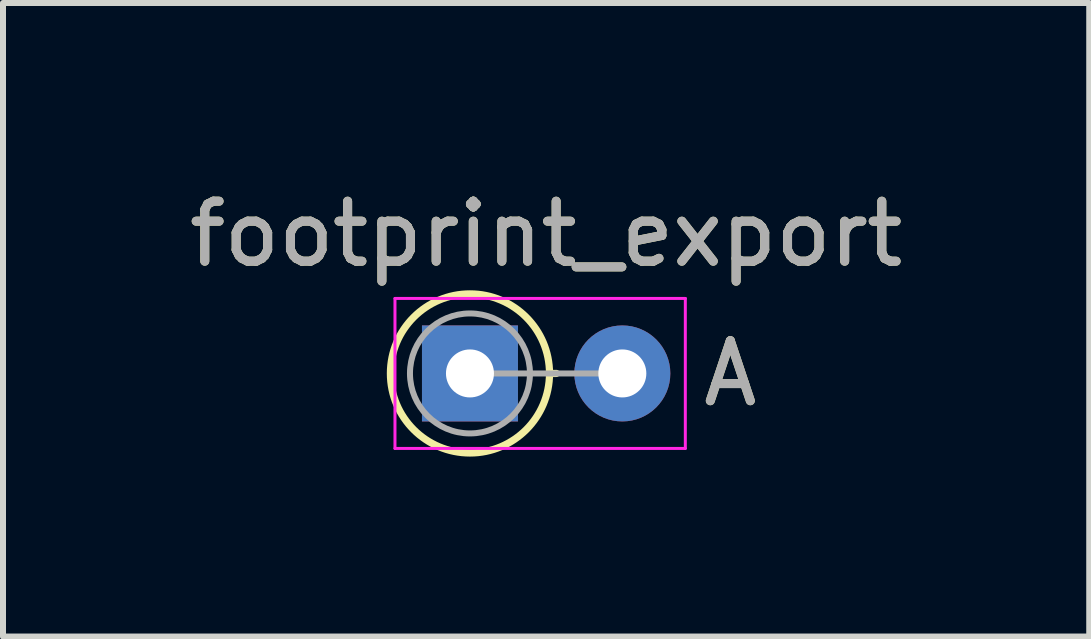
<source format=kicad_pcb>
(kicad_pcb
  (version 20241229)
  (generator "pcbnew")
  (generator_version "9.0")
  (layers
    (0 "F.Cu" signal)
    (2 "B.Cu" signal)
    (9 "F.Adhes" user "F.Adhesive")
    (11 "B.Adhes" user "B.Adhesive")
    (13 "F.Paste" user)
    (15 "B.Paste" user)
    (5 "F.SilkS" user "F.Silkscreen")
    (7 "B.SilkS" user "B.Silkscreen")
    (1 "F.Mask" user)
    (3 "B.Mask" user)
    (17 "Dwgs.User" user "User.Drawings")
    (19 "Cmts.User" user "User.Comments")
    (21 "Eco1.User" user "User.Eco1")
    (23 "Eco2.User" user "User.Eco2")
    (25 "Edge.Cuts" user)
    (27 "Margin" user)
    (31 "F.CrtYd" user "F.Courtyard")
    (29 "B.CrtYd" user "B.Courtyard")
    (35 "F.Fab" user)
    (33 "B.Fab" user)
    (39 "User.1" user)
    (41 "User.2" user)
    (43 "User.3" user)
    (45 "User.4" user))
  (footprint "footprint_export"
    (layer "F.Cu")
    (at 4.784 3.175)
    (property "Reference" "footprint_export" (at 1.27 -2.326 0) (layer "F.SilkS") (effects (font (size 1 1) (thickness 0.15))))
    (attr through_hole)
    (fp_line (start 1.326 0) (end 1.44 0) (stroke (width 0.12) (type solid)) (layer "F.SilkS"))
    (fp_circle (center 0 0) (end 1.326 0) (stroke (width 0.12) (type solid)) (fill no) (layer "F.SilkS"))
    (fp_line (start -1.25 -1.25) (end -1.25 1.25) (stroke (width 0.05) (type solid)) (layer "F.CrtYd"))
    (fp_line (start -1.25 1.25) (end 3.59 1.25) (stroke (width 0.05) (type solid)) (layer "F.CrtYd"))
    (fp_line (start 3.59 -1.25) (end -1.25 -1.25) (stroke (width 0.05) (type solid)) (layer "F.CrtYd"))
    (fp_line (start 3.59 1.25) (end 3.59 -1.25) (stroke (width 0.05) (type solid)) (layer "F.CrtYd"))
    (fp_line (start 0 0) (end 2.54 0) (stroke (width 0.1) (type solid)) (layer "F.Fab"))
    (fp_circle (center 0 0) (end 1 0) (stroke (width 0.1) (type solid)) (fill no) (layer "F.Fab"))
    (fp_text user "A" (at 4.34 0 0) (layer "F.SilkS") (effects (font (size 1 1) (thickness 0.15))))
    (fp_text user "A" (at 4.34 0 0) (layer "F.Fab") (effects (font (size 1 1) (thickness 0.15))))
    (fp_text user "${REFERENCE}" (at 1.27 -2.326 0) (layer "F.Fab") (effects (font (size 1 1) (thickness 0.15))))
    (pad "1" thru_hole rect (at 0 0) (size 1.6 1.6) (drill 0.8) (layers "*.Cu" "*.Mask"))
    (pad "2" thru_hole oval (at 2.54 0) (size 1.6 1.6) (drill 0.8) (layers "*.Cu" "*.Mask")))
  (gr_rect
    (start -3 -3)
    (end 15.107 7.561)
    (stroke (width 0.1) (type default))
    (fill no)
    (layer "Edge.Cuts")))
</source>
